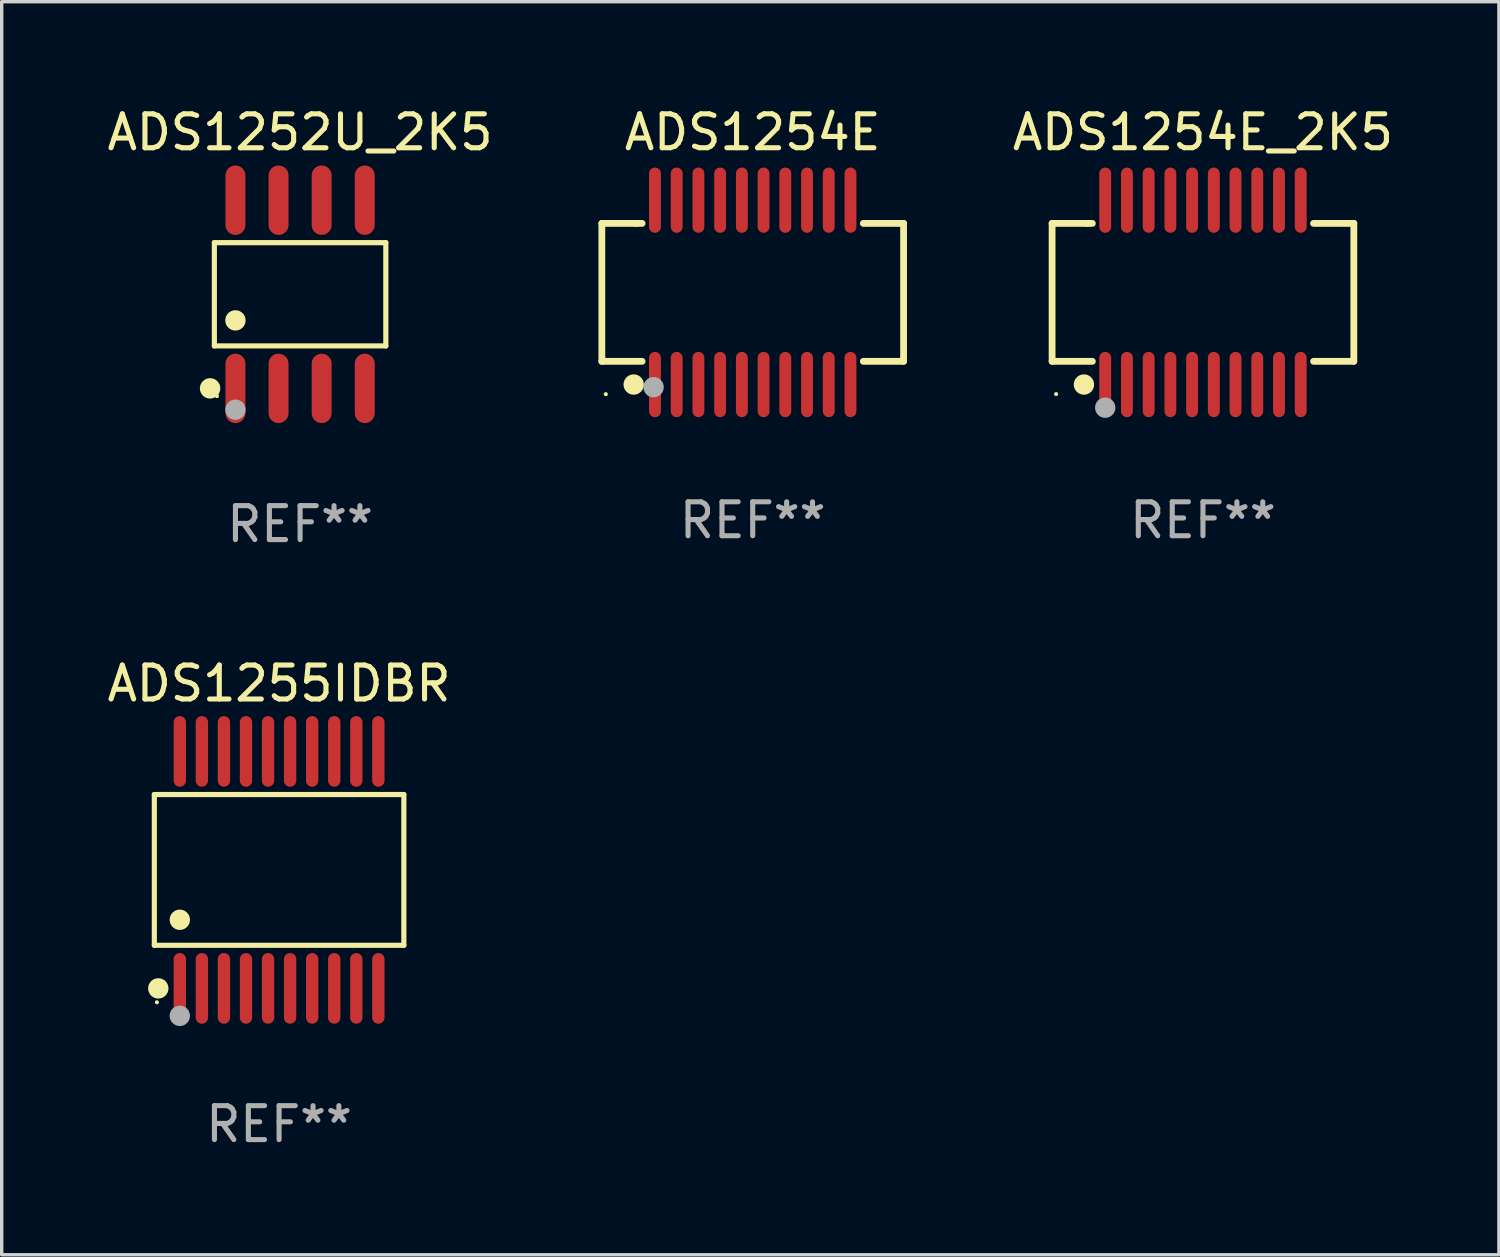
<source format=kicad_pcb>
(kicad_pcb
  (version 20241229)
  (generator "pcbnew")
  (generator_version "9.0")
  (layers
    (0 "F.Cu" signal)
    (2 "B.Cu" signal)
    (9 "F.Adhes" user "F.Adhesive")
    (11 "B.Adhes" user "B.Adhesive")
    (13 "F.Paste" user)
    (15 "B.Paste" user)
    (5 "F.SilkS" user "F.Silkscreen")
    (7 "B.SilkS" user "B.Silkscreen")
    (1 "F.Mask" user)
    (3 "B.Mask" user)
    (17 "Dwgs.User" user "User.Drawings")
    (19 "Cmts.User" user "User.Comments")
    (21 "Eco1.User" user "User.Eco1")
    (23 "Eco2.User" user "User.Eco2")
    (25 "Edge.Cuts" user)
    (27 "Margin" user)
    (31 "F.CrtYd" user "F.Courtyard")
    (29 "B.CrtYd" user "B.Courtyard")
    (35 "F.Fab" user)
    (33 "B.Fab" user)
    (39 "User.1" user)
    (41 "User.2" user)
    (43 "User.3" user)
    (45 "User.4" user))
  (footprint "ADS1255IDBR"
    (layer "F.Cu")
    (at 5.173 22.581)
    (property "Reference" "ADS1255IDBR" (at 0 -5.491 0) (layer "F.SilkS") (effects (font (size 1 1) (thickness 0.15))))
    (attr through_hole)
    (fp_line (start -3.676 -2.221) (end 3.676 -2.221) (stroke (width 0.152) (type solid)) (layer "F.SilkS"))
    (fp_line (start -3.676 2.221) (end -3.676 -2.221) (stroke (width 0.152) (type solid)) (layer "F.SilkS"))
    (fp_line (start 3.676 -2.221) (end 3.676 2.221) (stroke (width 0.152) (type solid)) (layer "F.SilkS"))
    (fp_line (start 3.676 2.221) (end -3.676 2.221) (stroke (width 0.152) (type solid)) (layer "F.SilkS"))
    (fp_circle (center -3.6 3.9) (end -3.57 3.9) (stroke (width 0.06) (type solid)) (fill no) (layer "F.SilkS"))
    (fp_circle (center -3.559 3.491) (end -3.409 3.491) (stroke (width 0.3) (type solid)) (fill no) (layer "F.SilkS"))
    (fp_circle (center -2.925 1.469) (end -2.775 1.469) (stroke (width 0.3) (type solid)) (fill no) (layer "F.SilkS"))
    (fp_circle (center -2.925 4.3) (end -2.775 4.3) (stroke (width 0.3) (type solid)) (fill no) (layer "F.Fab"))
    (fp_text user "REF**" (at 0 7.491 0) (layer "F.Fab") (effects (font (size 1 1) (thickness 0.15))))
    (pad "1" smd oval (at -2.925 3.491) (size 0.364 2.082) (layers "F.Cu" "F.Mask" "F.Paste"))
    (pad "2" smd oval (at -2.275 3.491) (size 0.364 2.082) (layers "F.Cu" "F.Mask" "F.Paste"))
    (pad "3" smd oval (at -1.625 3.491) (size 0.364 2.082) (layers "F.Cu" "F.Mask" "F.Paste"))
    (pad "4" smd oval (at -0.975 3.491) (size 0.364 2.082) (layers "F.Cu" "F.Mask" "F.Paste"))
    (pad "5" smd oval (at -0.325 3.491) (size 0.364 2.082) (layers "F.Cu" "F.Mask" "F.Paste"))
    (pad "6" smd oval (at 0.325 3.491) (size 0.364 2.082) (layers "F.Cu" "F.Mask" "F.Paste"))
    (pad "7" smd oval (at 0.975 3.491) (size 0.364 2.082) (layers "F.Cu" "F.Mask" "F.Paste"))
    (pad "8" smd oval (at 1.625 3.491) (size 0.364 2.082) (layers "F.Cu" "F.Mask" "F.Paste"))
    (pad "9" smd oval (at 2.275 3.491) (size 0.364 2.082) (layers "F.Cu" "F.Mask" "F.Paste"))
    (pad "10" smd oval (at 2.925 3.491) (size 0.364 2.082) (layers "F.Cu" "F.Mask" "F.Paste"))
    (pad "11" smd oval (at 2.925 -3.491) (size 0.364 2.082) (layers "F.Cu" "F.Mask" "F.Paste"))
    (pad "12" smd oval (at 2.275 -3.491) (size 0.364 2.082) (layers "F.Cu" "F.Mask" "F.Paste"))
    (pad "13" smd oval (at 1.625 -3.491) (size 0.364 2.082) (layers "F.Cu" "F.Mask" "F.Paste"))
    (pad "14" smd oval (at 0.975 -3.491) (size 0.364 2.082) (layers "F.Cu" "F.Mask" "F.Paste"))
    (pad "15" smd oval (at 0.325 -3.491) (size 0.364 2.082) (layers "F.Cu" "F.Mask" "F.Paste"))
    (pad "16" smd oval (at -0.325 -3.491) (size 0.364 2.082) (layers "F.Cu" "F.Mask" "F.Paste"))
    (pad "17" smd oval (at -0.975 -3.491) (size 0.364 2.082) (layers "F.Cu" "F.Mask" "F.Paste"))
    (pad "18" smd oval (at -1.625 -3.491) (size 0.364 2.082) (layers "F.Cu" "F.Mask" "F.Paste"))
    (pad "19" smd oval (at -2.275 -3.491) (size 0.364 2.082) (layers "F.Cu" "F.Mask" "F.Paste"))
    (pad "20" smd oval (at -2.925 -3.491) (size 0.364 2.082) (layers "F.Cu" "F.Mask" "F.Paste")))
  (footprint "ADS1252U_2K5"
    (layer "F.Cu")
    (at 5.792 5.621)
    (property "Reference" "ADS1252U_2K5" (at 0 -4.772 0) (layer "F.SilkS") (effects (font (size 1 1) (thickness 0.15))))
    (attr through_hole)
    (fp_line (start -2.526 -1.521) (end 2.526 -1.521) (stroke (width 0.152) (type solid)) (layer "F.SilkS"))
    (fp_line (start -2.526 1.521) (end -2.526 -1.521) (stroke (width 0.152) (type solid)) (layer "F.SilkS"))
    (fp_line (start 2.526 -1.521) (end 2.526 1.521) (stroke (width 0.152) (type solid)) (layer "F.SilkS"))
    (fp_line (start 2.526 1.521) (end -2.526 1.521) (stroke (width 0.152) (type solid)) (layer "F.SilkS"))
    (fp_circle (center -2.652 2.772) (end -2.501 2.772) (stroke (width 0.3) (type solid)) (fill no) (layer "F.SilkS"))
    (fp_circle (center -2.45 3) (end -2.42 3) (stroke (width 0.06) (type solid)) (fill no) (layer "F.SilkS"))
    (fp_circle (center -1.905 0.769) (end -1.755 0.769) (stroke (width 0.3) (type solid)) (fill no) (layer "F.SilkS"))
    (fp_circle (center -1.905 3.4) (end -1.755 3.4) (stroke (width 0.3) (type solid)) (fill no) (layer "F.Fab"))
    (fp_text user "REF**" (at 0 6.772 0) (layer "F.Fab") (effects (font (size 1 1) (thickness 0.15))))
    (pad "1" smd oval (at -1.905 2.772) (size 0.588 2.045) (layers "F.Cu" "F.Mask" "F.Paste"))
    (pad "2" smd oval (at -0.635 2.772) (size 0.588 2.045) (layers "F.Cu" "F.Mask" "F.Paste"))
    (pad "3" smd oval (at 0.635 2.772) (size 0.588 2.045) (layers "F.Cu" "F.Mask" "F.Paste"))
    (pad "4" smd oval (at 1.905 2.772) (size 0.588 2.045) (layers "F.Cu" "F.Mask" "F.Paste"))
    (pad "5" smd oval (at 1.905 -2.772) (size 0.588 2.045) (layers "F.Cu" "F.Mask" "F.Paste"))
    (pad "6" smd oval (at 0.635 -2.772) (size 0.588 2.045) (layers "F.Cu" "F.Mask" "F.Paste"))
    (pad "7" smd oval (at -0.635 -2.772) (size 0.588 2.045) (layers "F.Cu" "F.Mask" "F.Paste"))
    (pad "8" smd oval (at -1.905 -2.772) (size 0.588 2.045) (layers "F.Cu" "F.Mask" "F.Paste")))
  (footprint "ADS1254E"
    (layer "F.Cu")
    (at 19.128 5.564)
    (property "Reference" "ADS1254E" (at 0 -4.716 0) (layer "F.SilkS") (effects (font (size 1 1) (thickness 0.15))))
    (attr through_hole)
    (fp_line (start -4.445 -2.032) (end -4.445 2.032) (stroke (width 0.2) (type solid)) (layer "F.SilkS"))
    (fp_line (start -4.445 2.032) (end -3.259 2.032) (stroke (width 0.2) (type solid)) (layer "F.SilkS"))
    (fp_line (start -3.429 -2.032) (end -4.445 -2.032) (stroke (width 0.2) (type solid)) (layer "F.SilkS"))
    (fp_line (start -3.259 -2.032) (end -3.429 -2.032) (stroke (width 0.2) (type solid)) (layer "F.SilkS"))
    (fp_line (start 3.259 2.032) (end 4.445 2.032) (stroke (width 0.2) (type solid)) (layer "F.SilkS"))
    (fp_line (start 4.445 -2.032) (end 3.259 -2.032) (stroke (width 0.2) (type solid)) (layer "F.SilkS"))
    (fp_line (start 4.445 2.032) (end 4.445 -2.032) (stroke (width 0.2) (type solid)) (layer "F.SilkS"))
    (fp_circle (center -4.328 3) (end -4.298 3) (stroke (width 0.06) (type solid)) (fill no) (layer "F.SilkS"))
    (fp_circle (center -3.507 2.716) (end -3.357 2.716) (stroke (width 0.3) (type solid)) (fill no) (layer "F.SilkS"))
    (fp_circle (center -2.921 2.794) (end -2.771 2.794) (stroke (width 0.3) (type solid)) (fill no) (layer "F.Fab"))
    (fp_text user "REF**" (at 0 6.716 0) (layer "F.Fab") (effects (font (size 1 1) (thickness 0.15))))
    (pad "1" smd oval (at -2.88 2.716) (size 0.35 1.922) (layers "F.Cu" "F.Mask" "F.Paste"))
    (pad "2" smd oval (at -2.24 2.716) (size 0.35 1.922) (layers "F.Cu" "F.Mask" "F.Paste"))
    (pad "3" smd oval (at -1.6 2.716) (size 0.35 1.922) (layers "F.Cu" "F.Mask" "F.Paste"))
    (pad "4" smd oval (at -0.96 2.716) (size 0.35 1.922) (layers "F.Cu" "F.Mask" "F.Paste"))
    (pad "5" smd oval (at -0.32 2.716) (size 0.35 1.922) (layers "F.Cu" "F.Mask" "F.Paste"))
    (pad "6" smd oval (at 0.32 2.716) (size 0.35 1.922) (layers "F.Cu" "F.Mask" "F.Paste"))
    (pad "7" smd oval (at 0.96 2.716) (size 0.35 1.922) (layers "F.Cu" "F.Mask" "F.Paste"))
    (pad "8" smd oval (at 1.6 2.716) (size 0.35 1.922) (layers "F.Cu" "F.Mask" "F.Paste"))
    (pad "9" smd oval (at 2.24 2.716) (size 0.35 1.922) (layers "F.Cu" "F.Mask" "F.Paste"))
    (pad "10" smd oval (at 2.88 2.716) (size 0.35 1.922) (layers "F.Cu" "F.Mask" "F.Paste"))
    (pad "11" smd oval (at 2.88 -2.716) (size 0.35 1.922) (layers "F.Cu" "F.Mask" "F.Paste"))
    (pad "12" smd oval (at 2.24 -2.716) (size 0.35 1.922) (layers "F.Cu" "F.Mask" "F.Paste"))
    (pad "13" smd oval (at 1.6 -2.716) (size 0.35 1.922) (layers "F.Cu" "F.Mask" "F.Paste"))
    (pad "14" smd oval (at 0.96 -2.716) (size 0.35 1.922) (layers "F.Cu" "F.Mask" "F.Paste"))
    (pad "15" smd oval (at 0.32 -2.716) (size 0.35 1.922) (layers "F.Cu" "F.Mask" "F.Paste"))
    (pad "16" smd oval (at -0.32 -2.716) (size 0.35 1.922) (layers "F.Cu" "F.Mask" "F.Paste"))
    (pad "17" smd oval (at -0.96 -2.716) (size 0.35 1.922) (layers "F.Cu" "F.Mask" "F.Paste"))
    (pad "18" smd oval (at -1.6 -2.716) (size 0.35 1.922) (layers "F.Cu" "F.Mask" "F.Paste"))
    (pad "19" smd oval (at -2.24 -2.716) (size 0.35 1.922) (layers "F.Cu" "F.Mask" "F.Paste"))
    (pad "20" smd oval (at -2.88 -2.716) (size 0.35 1.922) (layers "F.Cu" "F.Mask" "F.Paste")))
  (footprint "ADS1254E_2K5"
    (layer "F.Cu")
    (at 32.394 5.564)
    (property "Reference" "ADS1254E_2K5" (at 0 -4.716 0) (layer "F.SilkS") (effects (font (size 1 1) (thickness 0.15))))
    (attr through_hole)
    (fp_line (start -4.445 -2.032) (end -4.445 2.032) (stroke (width 0.2) (type solid)) (layer "F.SilkS"))
    (fp_line (start -4.445 2.032) (end -3.259 2.032) (stroke (width 0.2) (type solid)) (layer "F.SilkS"))
    (fp_line (start -3.429 -2.032) (end -4.445 -2.032) (stroke (width 0.2) (type solid)) (layer "F.SilkS"))
    (fp_line (start -3.259 -2.032) (end -3.429 -2.032) (stroke (width 0.2) (type solid)) (layer "F.SilkS"))
    (fp_line (start 3.259 2.032) (end 4.445 2.032) (stroke (width 0.2) (type solid)) (layer "F.SilkS"))
    (fp_line (start 4.445 -2.032) (end 3.259 -2.032) (stroke (width 0.2) (type solid)) (layer "F.SilkS"))
    (fp_line (start 4.445 2.032) (end 4.445 -2.032) (stroke (width 0.2) (type solid)) (layer "F.SilkS"))
    (fp_circle (center -4.327 2.997) (end -4.297 2.997) (stroke (width 0.06) (type solid)) (fill no) (layer "F.SilkS"))
    (fp_circle (center -3.507 2.716) (end -3.357 2.716) (stroke (width 0.3) (type solid)) (fill no) (layer "F.SilkS"))
    (fp_circle (center -2.88 3.398) (end -2.73 3.398) (stroke (width 0.3) (type solid)) (fill no) (layer "F.Fab"))
    (fp_text user "REF**" (at 0 6.716 0) (layer "F.Fab") (effects (font (size 1 1) (thickness 0.15))))
    (pad "1" smd oval (at -2.88 2.716) (size 0.35 1.922) (layers "F.Cu" "F.Mask" "F.Paste"))
    (pad "2" smd oval (at -2.24 2.716) (size 0.35 1.922) (layers "F.Cu" "F.Mask" "F.Paste"))
    (pad "3" smd oval (at -1.6 2.716) (size 0.35 1.922) (layers "F.Cu" "F.Mask" "F.Paste"))
    (pad "4" smd oval (at -0.96 2.716) (size 0.35 1.922) (layers "F.Cu" "F.Mask" "F.Paste"))
    (pad "5" smd oval (at -0.32 2.716) (size 0.35 1.922) (layers "F.Cu" "F.Mask" "F.Paste"))
    (pad "6" smd oval (at 0.32 2.716) (size 0.35 1.922) (layers "F.Cu" "F.Mask" "F.Paste"))
    (pad "7" smd oval (at 0.96 2.716) (size 0.35 1.922) (layers "F.Cu" "F.Mask" "F.Paste"))
    (pad "8" smd oval (at 1.6 2.716) (size 0.35 1.922) (layers "F.Cu" "F.Mask" "F.Paste"))
    (pad "9" smd oval (at 2.24 2.716) (size 0.35 1.922) (layers "F.Cu" "F.Mask" "F.Paste"))
    (pad "10" smd oval (at 2.88 2.716) (size 0.35 1.922) (layers "F.Cu" "F.Mask" "F.Paste"))
    (pad "11" smd oval (at 2.88 -2.716) (size 0.35 1.922) (layers "F.Cu" "F.Mask" "F.Paste"))
    (pad "12" smd oval (at 2.24 -2.716) (size 0.35 1.922) (layers "F.Cu" "F.Mask" "F.Paste"))
    (pad "13" smd oval (at 1.6 -2.716) (size 0.35 1.922) (layers "F.Cu" "F.Mask" "F.Paste"))
    (pad "14" smd oval (at 0.96 -2.716) (size 0.35 1.922) (layers "F.Cu" "F.Mask" "F.Paste"))
    (pad "15" smd oval (at 0.32 -2.716) (size 0.35 1.922) (layers "F.Cu" "F.Mask" "F.Paste"))
    (pad "16" smd oval (at -0.32 -2.716) (size 0.35 1.922) (layers "F.Cu" "F.Mask" "F.Paste"))
    (pad "17" smd oval (at -0.96 -2.716) (size 0.35 1.922) (layers "F.Cu" "F.Mask" "F.Paste"))
    (pad "18" smd oval (at -1.6 -2.716) (size 0.35 1.922) (layers "F.Cu" "F.Mask" "F.Paste"))
    (pad "19" smd oval (at -2.24 -2.716) (size 0.35 1.922) (layers "F.Cu" "F.Mask" "F.Paste"))
    (pad "20" smd oval (at -2.88 -2.716) (size 0.35 1.922) (layers "F.Cu" "F.Mask" "F.Paste")))
  (gr_rect
    (start -3 -3)
    (end 41.114 33.92)
    (stroke (width 0.1) (type default))
    (fill no)
    (layer "Edge.Cuts")))
</source>
